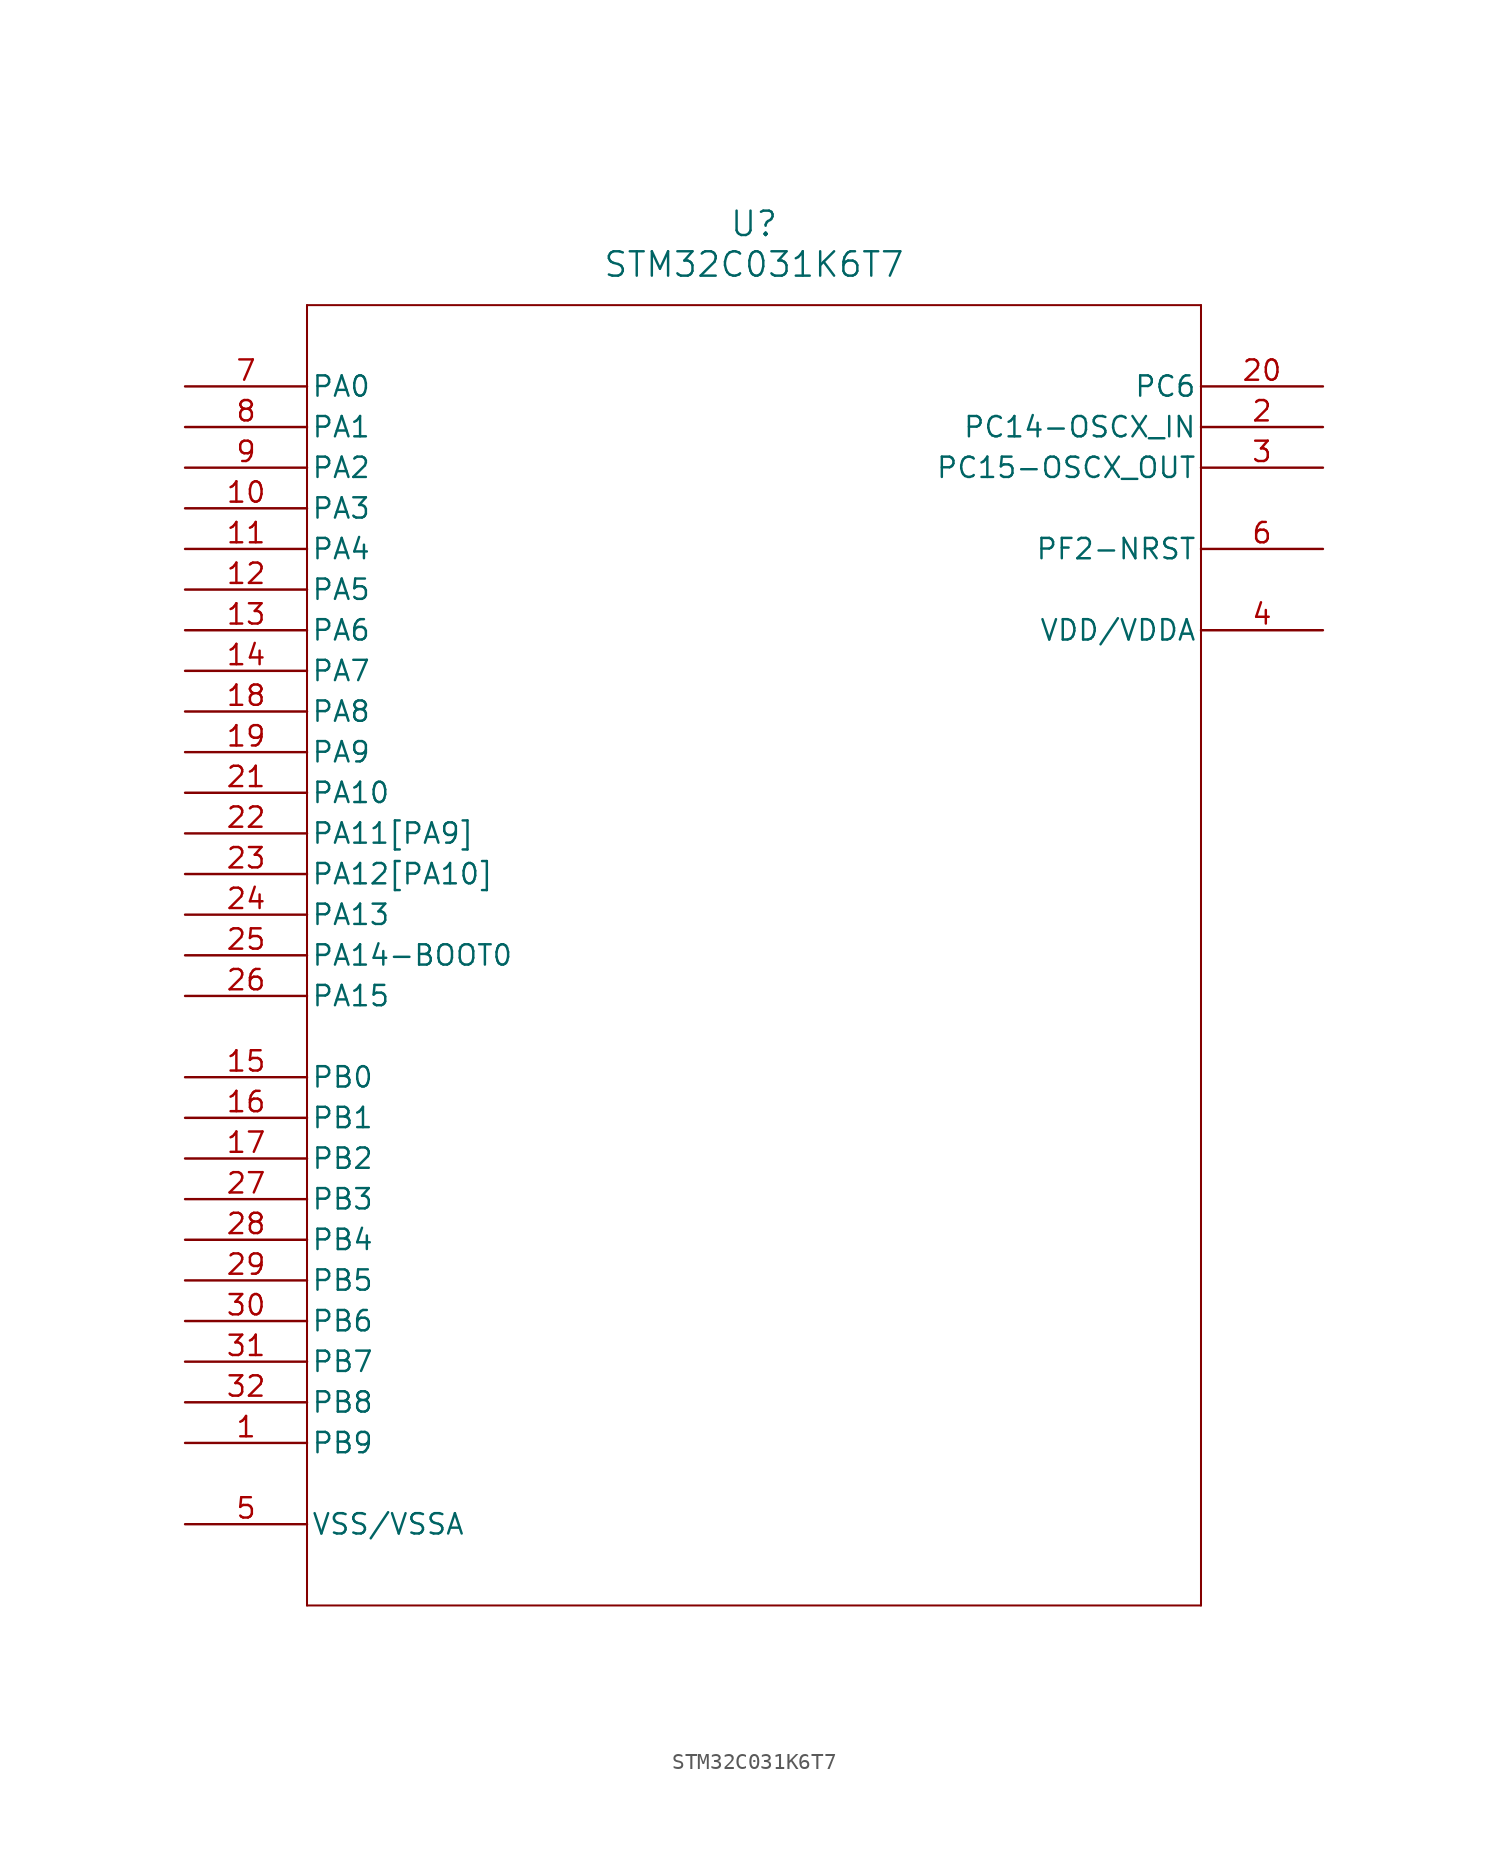
<source format=kicad_sym>
(kicad_symbol_lib
  (version 20211014)
  (generator kicad_symbol_editor)
  (symbol "STM32C031K6T7"
    (pin_names
      (offset 0.254))
    (property "Reference" "U"
      (at 35.56 10.16 0)
      (effects (font (size 1.524 1.524))))
    (property "Value" "STM32C031K6T7"
      (at 35.56 7.62 0)
      (effects (font (size 1.524 1.524))))
    (symbol "STM32C031K6T7_0_1"
      (polyline (pts (xy 7.62 5.08) (xy 7.62 -76.2)) (stroke (width 0.127) (type default) (color 0 0 0 0)) (fill (type none)))
      (polyline (pts (xy 7.62 -76.2) (xy 63.5 -76.2)) (stroke (width 0.127) (type default) (color 0 0 0 0)) (fill (type none)))
      (polyline (pts (xy 63.5 -76.2) (xy 63.5 5.08)) (stroke (width 0.127) (type default) (color 0 0 0 0)) (fill (type none)))
      (polyline (pts (xy 63.5 5.08) (xy 7.62 5.08)) (stroke (width 0.127) (type default) (color 0 0 0 0)) (fill (type none)))
      (pin bidirectional line (at 0 -66.04 0) (length 7.62) (name "PB9" (effects (font (size 1.27 1.27)))) (number "1" (effects (font (size 1.27 1.27)))))
      (pin bidirectional line (at 71.12 -2.54 180) (length 7.62) (name "PC14-OSCX_IN" (effects (font (size 1.27 1.27)))) (number "2" (effects (font (size 1.27 1.27)))))
      (pin bidirectional line (at 71.12 -5.08 180) (length 7.62) (name "PC15-OSCX_OUT" (effects (font (size 1.27 1.27)))) (number "3" (effects (font (size 1.27 1.27)))))
      (pin power_in line (at 71.12 -15.24 180) (length 7.62) (name "VDD/VDDA" (effects (font (size 1.27 1.27)))) (number "4" (effects (font (size 1.27 1.27)))))
      (pin power_in line (at 0 -71.12 0) (length 7.62) (name "VSS/VSSA" (effects (font (size 1.27 1.27)))) (number "5" (effects (font (size 1.27 1.27)))))
      (pin bidirectional line (at 71.12 -10.16 180) (length 7.62) (name "PF2-NRST" (effects (font (size 1.27 1.27)))) (number "6" (effects (font (size 1.27 1.27)))))
      (pin bidirectional line (at 0 0 0) (length 7.62) (name "PA0" (effects (font (size 1.27 1.27)))) (number "7" (effects (font (size 1.27 1.27)))))
      (pin bidirectional line (at 0 -2.54 0) (length 7.62) (name "PA1" (effects (font (size 1.27 1.27)))) (number "8" (effects (font (size 1.27 1.27)))))
      (pin bidirectional line (at 0 -5.08 0) (length 7.62) (name "PA2" (effects (font (size 1.27 1.27)))) (number "9" (effects (font (size 1.27 1.27)))))
      (pin bidirectional line (at 0 -7.62 0) (length 7.62) (name "PA3" (effects (font (size 1.27 1.27)))) (number "10" (effects (font (size 1.27 1.27)))))
      (pin bidirectional line (at 0 -10.16 0) (length 7.62) (name "PA4" (effects (font (size 1.27 1.27)))) (number "11" (effects (font (size 1.27 1.27)))))
      (pin bidirectional line (at 0 -12.7 0) (length 7.62) (name "PA5" (effects (font (size 1.27 1.27)))) (number "12" (effects (font (size 1.27 1.27)))))
      (pin bidirectional line (at 0 -15.24 0) (length 7.62) (name "PA6" (effects (font (size 1.27 1.27)))) (number "13" (effects (font (size 1.27 1.27)))))
      (pin bidirectional line (at 0 -17.78 0) (length 7.62) (name "PA7" (effects (font (size 1.27 1.27)))) (number "14" (effects (font (size 1.27 1.27)))))
      (pin bidirectional line (at 0 -43.18 0) (length 7.62) (name "PB0" (effects (font (size 1.27 1.27)))) (number "15" (effects (font (size 1.27 1.27)))))
      (pin bidirectional line (at 0 -45.72 0) (length 7.62) (name "PB1" (effects (font (size 1.27 1.27)))) (number "16" (effects (font (size 1.27 1.27)))))
      (pin bidirectional line (at 0 -48.26 0) (length 7.62) (name "PB2" (effects (font (size 1.27 1.27)))) (number "17" (effects (font (size 1.27 1.27)))))
      (pin bidirectional line (at 0 -20.32 0) (length 7.62) (name "PA8" (effects (font (size 1.27 1.27)))) (number "18" (effects (font (size 1.27 1.27)))))
      (pin bidirectional line (at 0 -22.86 0) (length 7.62) (name "PA9" (effects (font (size 1.27 1.27)))) (number "19" (effects (font (size 1.27 1.27)))))
      (pin bidirectional line (at 71.12 0 180) (length 7.62) (name "PC6" (effects (font (size 1.27 1.27)))) (number "20" (effects (font (size 1.27 1.27)))))
      (pin bidirectional line (at 0 -25.4 0) (length 7.62) (name "PA10" (effects (font (size 1.27 1.27)))) (number "21" (effects (font (size 1.27 1.27)))))
      (pin bidirectional line (at 0 -27.94 0) (length 7.62) (name "PA11[PA9]" (effects (font (size 1.27 1.27)))) (number "22" (effects (font (size 1.27 1.27)))))
      (pin bidirectional line (at 0 -30.48 0) (length 7.62) (name "PA12[PA10]" (effects (font (size 1.27 1.27)))) (number "23" (effects (font (size 1.27 1.27)))))
      (pin bidirectional line (at 0 -33.02 0) (length 7.62) (name "PA13" (effects (font (size 1.27 1.27)))) (number "24" (effects (font (size 1.27 1.27)))))
      (pin bidirectional line (at 0 -35.56 0) (length 7.62) (name "PA14-BOOT0" (effects (font (size 1.27 1.27)))) (number "25" (effects (font (size 1.27 1.27)))))
      (pin bidirectional line (at 0 -38.1 0) (length 7.62) (name "PA15" (effects (font (size 1.27 1.27)))) (number "26" (effects (font (size 1.27 1.27)))))
      (pin bidirectional line (at 0 -50.8 0) (length 7.62) (name "PB3" (effects (font (size 1.27 1.27)))) (number "27" (effects (font (size 1.27 1.27)))))
      (pin bidirectional line (at 0 -53.34 0) (length 7.62) (name "PB4" (effects (font (size 1.27 1.27)))) (number "28" (effects (font (size 1.27 1.27)))))
      (pin bidirectional line (at 0 -55.88 0) (length 7.62) (name "PB5" (effects (font (size 1.27 1.27)))) (number "29" (effects (font (size 1.27 1.27)))))
      (pin bidirectional line (at 0 -58.42 0) (length 7.62) (name "PB6" (effects (font (size 1.27 1.27)))) (number "30" (effects (font (size 1.27 1.27)))))
      (pin bidirectional line (at 0 -60.96 0) (length 7.62) (name "PB7" (effects (font (size 1.27 1.27)))) (number "31" (effects (font (size 1.27 1.27)))))
      (pin bidirectional line (at 0 -63.5 0) (length 7.62) (name "PB8" (effects (font (size 1.27 1.27)))) (number "32" (effects (font (size 1.27 1.27))))))))
</source>
